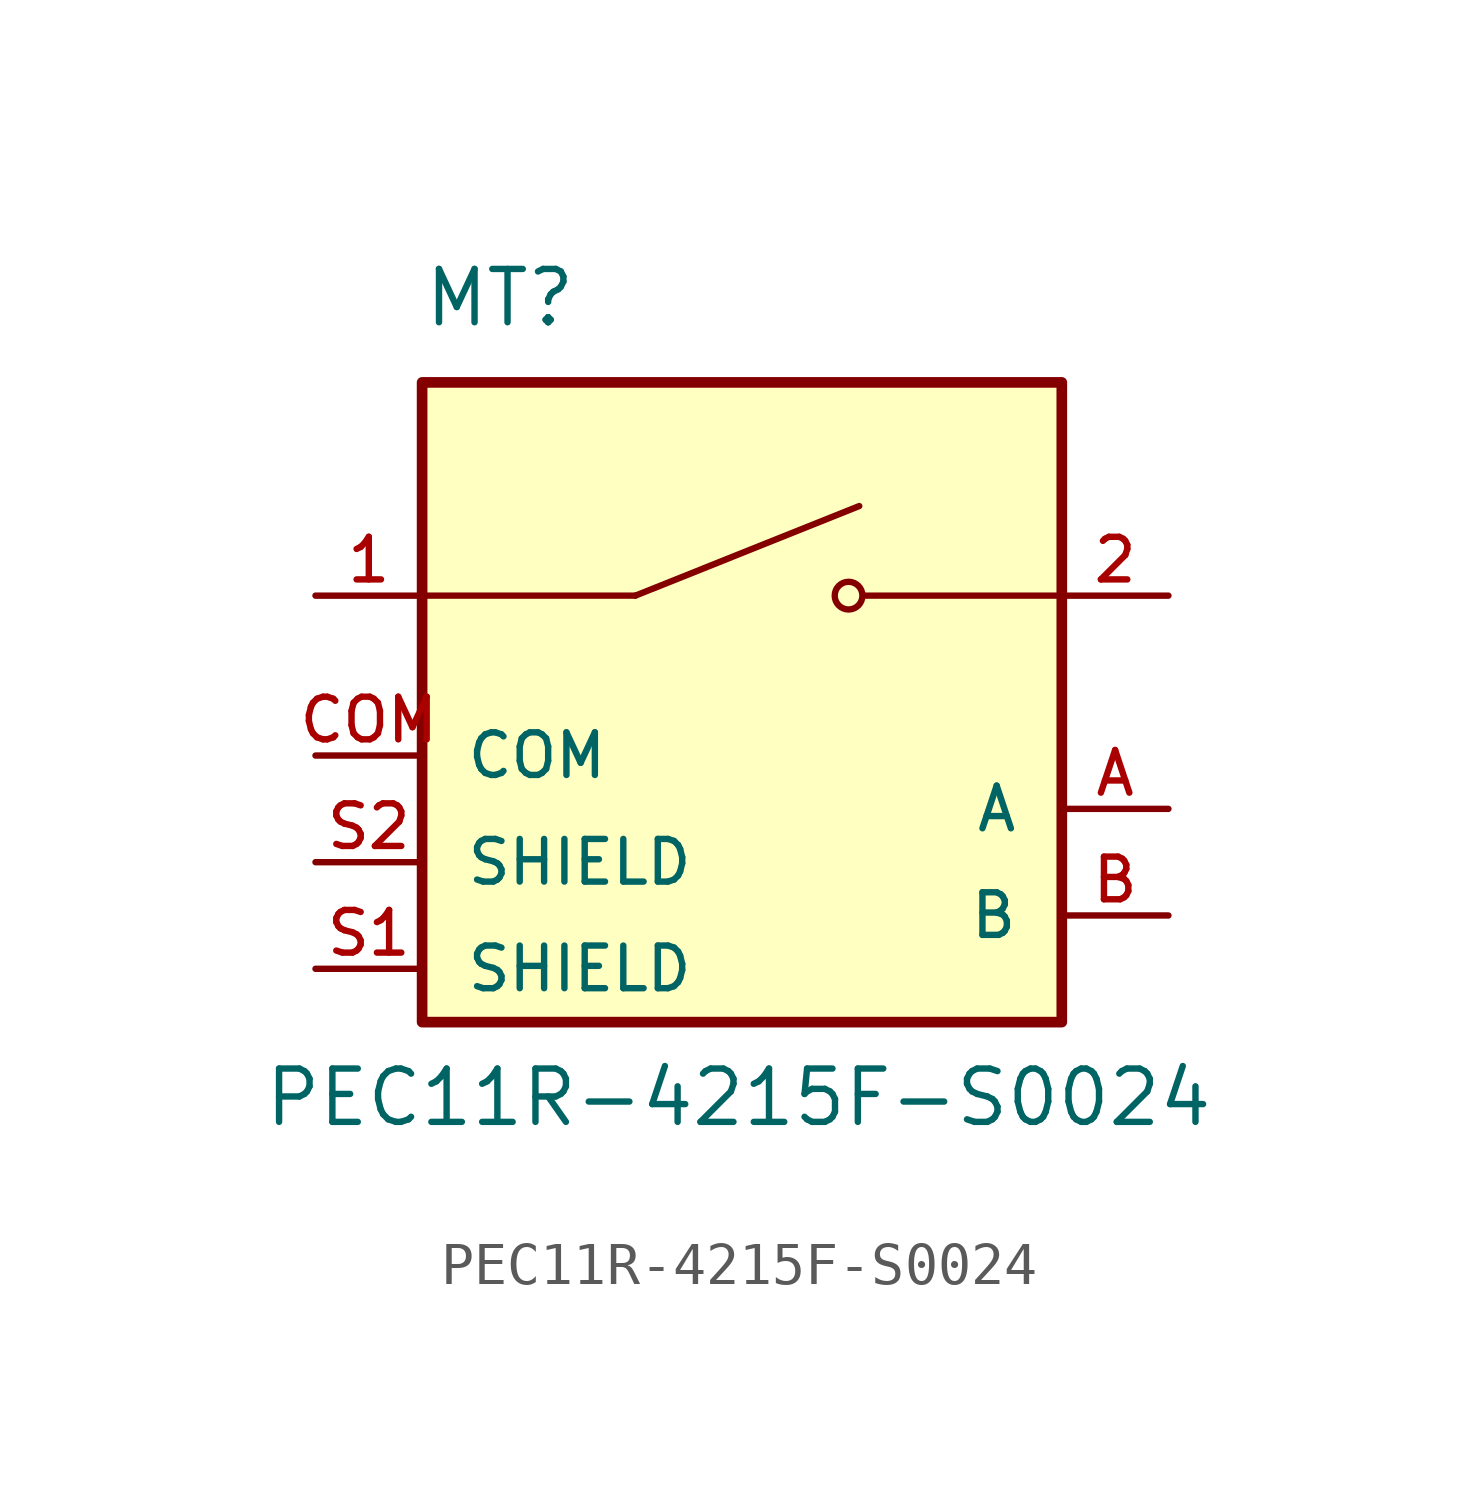
<source format=kicad_sym>
(kicad_symbol_lib
  (version 20211014)
  (generator kicad_symbol_editor)
  (symbol "PEC11R-4215F-S0024"
    (pin_names
      (offset 1.016))
    (property "Reference" "MT"
      (at -7.62 8.89 0)
      (effects (font (size 1.27 1.27)) (justify left bottom)))
    (property "Value" "PEC11R-4215F-S0024"
      (at -11.43 -10.16 0)
      (effects (font (size 1.27 1.27)) (justify left bottom)))
    (property "ki_locked" ""
      (at 0 0 0)
      (effects (font (size 1.27 1.27))))
    (symbol "PEC11R-4215F-S0024_0_0"
      (rectangle (start -7.62 -7.62) (end 7.62 7.62) (stroke (width 0.254) (type default) (color 0 0 0 0)) (fill (type background)))
      (polyline (pts (xy -2.54 2.54) (xy -7.62 2.54)) (stroke (width 0.152) (type default) (color 0 0 0 0)) (fill (type none)))
      (polyline (pts (xy -2.54 2.54) (xy 2.794 4.674)) (stroke (width 0.152) (type default) (color 0 0 0 0)) (fill (type none)))
      (polyline (pts (xy 7.62 2.54) (xy 2.921 2.54)) (stroke (width 0.152) (type default) (color 0 0 0 0)) (fill (type none)))
      (circle (center 2.54 2.54) (radius 0.33) (stroke (width 0.152) (type default) (color 0 0 0 0)) (fill (type none)))
      (pin passive line (at -10.16 2.54 0) (length 2.54) (name "~" (effects (font (size 1.016 1.016)))) (number "1" (effects (font (size 1.016 1.016)))))
      (pin passive line (at 10.16 2.54 180) (length 2.54) (name "~" (effects (font (size 1.016 1.016)))) (number "2" (effects (font (size 1.016 1.016)))))
      (pin passive line (at 10.16 -2.54 180) (length 2.54) (name "A" (effects (font (size 1.016 1.016)))) (number "A" (effects (font (size 1.016 1.016)))))
      (pin passive line (at 10.16 -5.08 180) (length 2.54) (name "B" (effects (font (size 1.016 1.016)))) (number "B" (effects (font (size 1.016 1.016)))))
      (pin passive line (at -10.16 -1.27 0) (length 2.54) (name "COM" (effects (font (size 1.016 1.016)))) (number "COM" (effects (font (size 1.016 1.016)))))
      (pin passive line (at -10.16 -6.35 0) (length 2.54) (name "SHIELD" (effects (font (size 1.016 1.016)))) (number "S1" (effects (font (size 1.016 1.016)))))
      (pin passive line (at -10.16 -3.81 0) (length 2.54) (name "SHIELD" (effects (font (size 1.016 1.016)))) (number "S2" (effects (font (size 1.016 1.016))))))))
</source>
